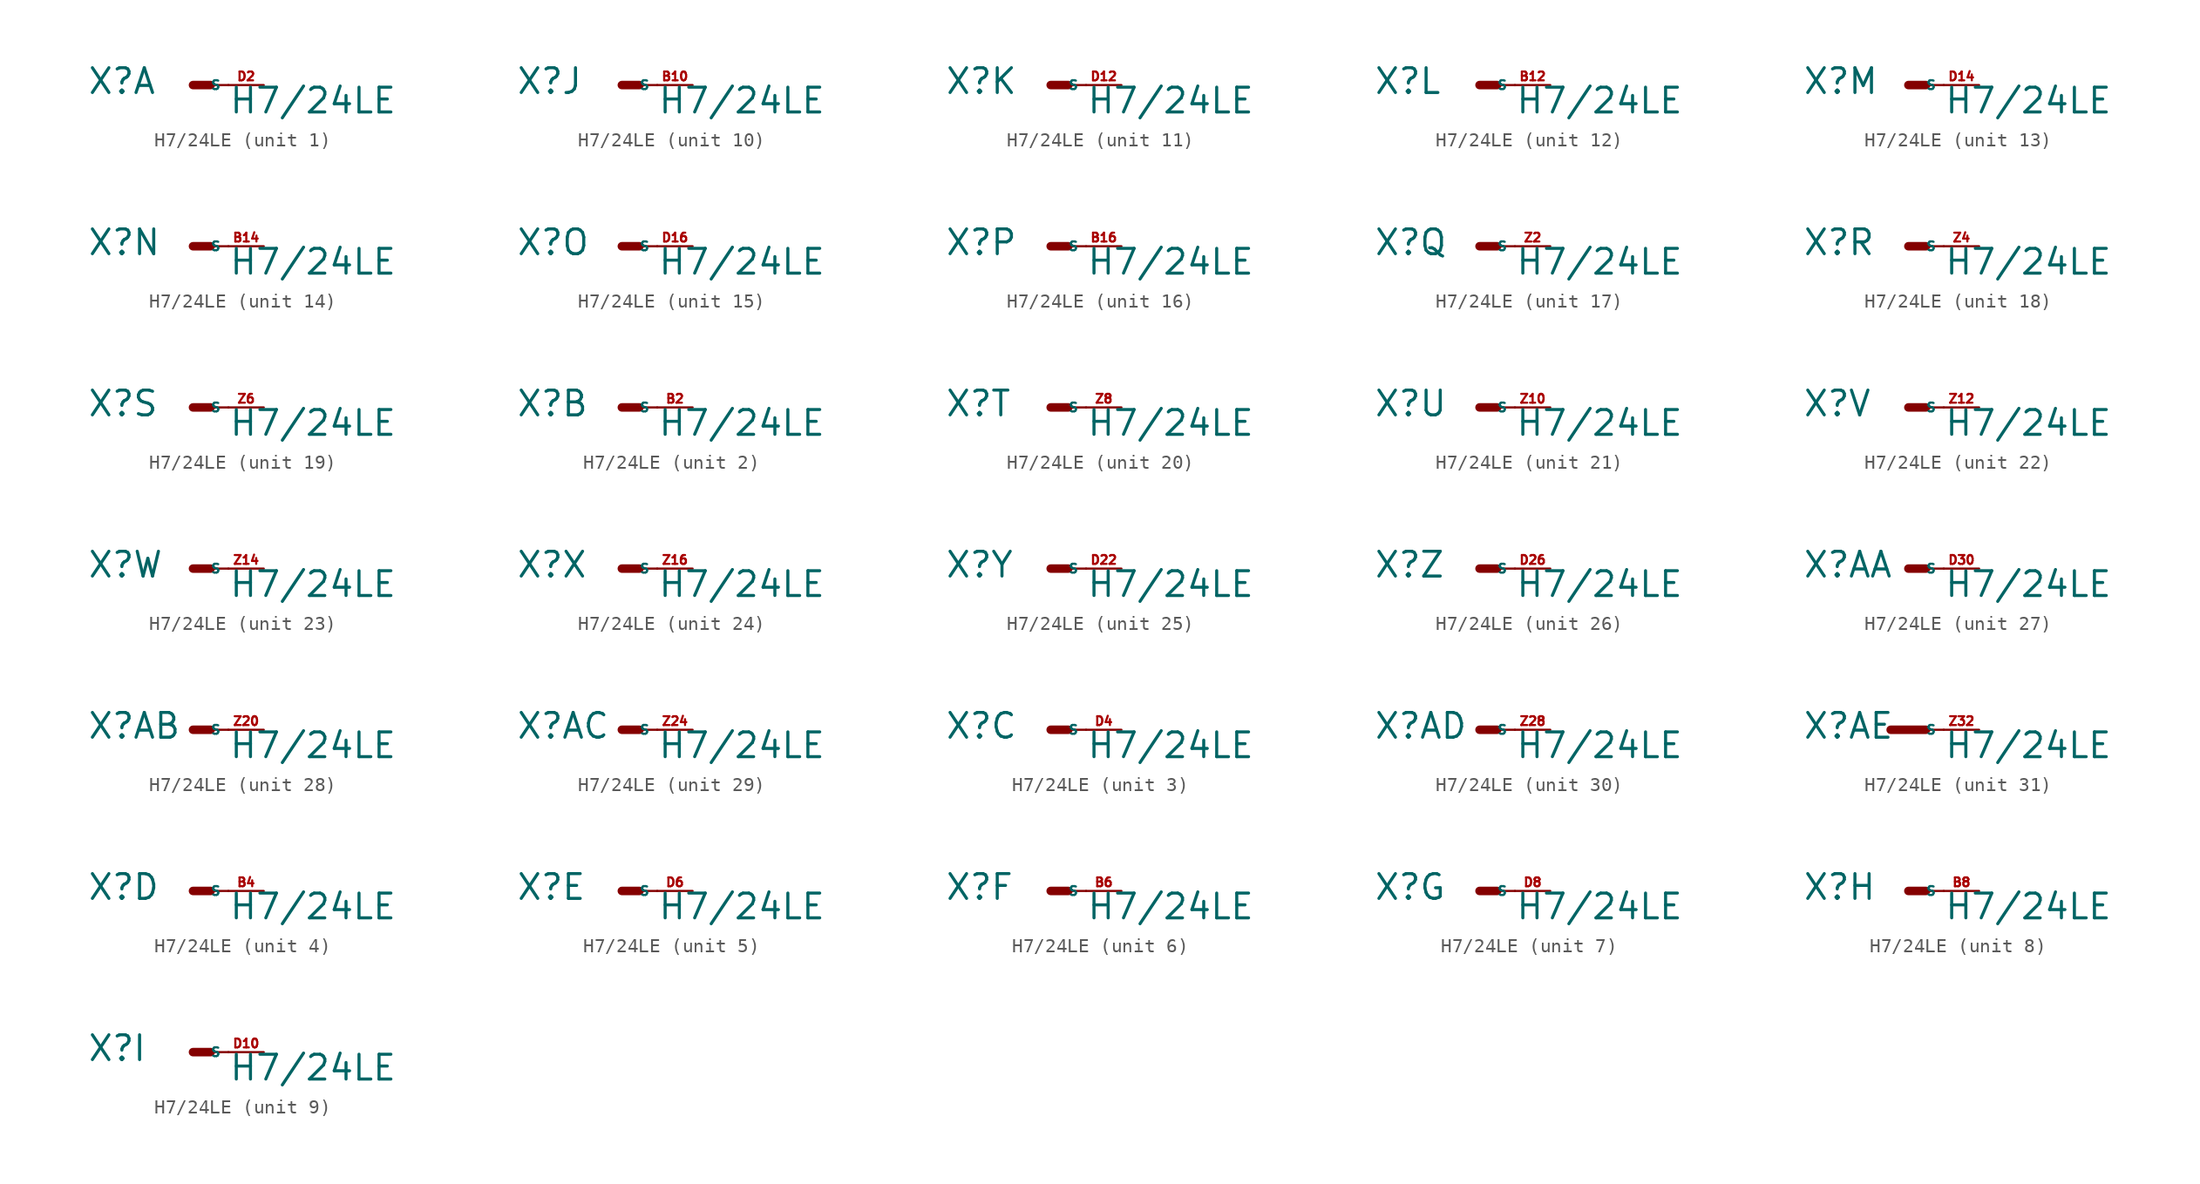
<source format=kicad_sym>
(kicad_symbol_lib
  (version 20220914)
  (generator Eagle2Kicad)
  (symbol "H7/24LE"
    (property "Reference" "X"
      (at -7.62 -0.762 0)
      (effects (font (size 1.778 1.778) (thickness 0.22)) (justify left bottom)))
    (property "Value" "H7/24LE"
      (at 2.54 -2.159 0)
      (effects (font (size 1.778 1.778) (thickness 0.22)) (justify left bottom)))
    (symbol "H7/24LE_1_0"
      (polyline (pts (xy 0 0) (xy 1.27 0)) (stroke (width 0.61) (type default)) (fill (type none)))
      (polyline (pts (xy 2.54 0) (xy 1.27 0)) (stroke (width 0.152) (type default)) (fill (type none)))
      (pin passive line (at 5.08 0 180) (length 2.54) (name "S" (effects (font (size 0.635 0.635) (thickness 0.08)) (justify left bottom))) (number "D2" (effects (font (size 0.635 0.635) (thickness 0.08)) (justify left bottom)))))
    (symbol "H7/24LE_2_0"
      (polyline (pts (xy 0 0) (xy 1.27 0)) (stroke (width 0.61) (type default)) (fill (type none)))
      (polyline (pts (xy 2.54 0) (xy 1.27 0)) (stroke (width 0.152) (type default)) (fill (type none)))
      (pin passive line (at 5.08 0 180) (length 2.54) (name "S" (effects (font (size 0.635 0.635) (thickness 0.08)) (justify left bottom))) (number "B2" (effects (font (size 0.635 0.635) (thickness 0.08)) (justify left bottom)))))
    (symbol "H7/24LE_3_0"
      (polyline (pts (xy 0 0) (xy 1.27 0)) (stroke (width 0.61) (type default)) (fill (type none)))
      (polyline (pts (xy 2.54 0) (xy 1.27 0)) (stroke (width 0.152) (type default)) (fill (type none)))
      (pin passive line (at 5.08 0 180) (length 2.54) (name "S" (effects (font (size 0.635 0.635) (thickness 0.08)) (justify left bottom))) (number "D4" (effects (font (size 0.635 0.635) (thickness 0.08)) (justify left bottom)))))
    (symbol "H7/24LE_4_0"
      (polyline (pts (xy 0 0) (xy 1.27 0)) (stroke (width 0.61) (type default)) (fill (type none)))
      (polyline (pts (xy 2.54 0) (xy 1.27 0)) (stroke (width 0.152) (type default)) (fill (type none)))
      (pin passive line (at 5.08 0 180) (length 2.54) (name "S" (effects (font (size 0.635 0.635) (thickness 0.08)) (justify left bottom))) (number "B4" (effects (font (size 0.635 0.635) (thickness 0.08)) (justify left bottom)))))
    (symbol "H7/24LE_5_0"
      (polyline (pts (xy 0 0) (xy 1.27 0)) (stroke (width 0.61) (type default)) (fill (type none)))
      (polyline (pts (xy 2.54 0) (xy 1.27 0)) (stroke (width 0.152) (type default)) (fill (type none)))
      (pin passive line (at 5.08 0 180) (length 2.54) (name "S" (effects (font (size 0.635 0.635) (thickness 0.08)) (justify left bottom))) (number "D6" (effects (font (size 0.635 0.635) (thickness 0.08)) (justify left bottom)))))
    (symbol "H7/24LE_6_0"
      (polyline (pts (xy 0 0) (xy 1.27 0)) (stroke (width 0.61) (type default)) (fill (type none)))
      (polyline (pts (xy 2.54 0) (xy 1.27 0)) (stroke (width 0.152) (type default)) (fill (type none)))
      (pin passive line (at 5.08 0 180) (length 2.54) (name "S" (effects (font (size 0.635 0.635) (thickness 0.08)) (justify left bottom))) (number "B6" (effects (font (size 0.635 0.635) (thickness 0.08)) (justify left bottom)))))
    (symbol "H7/24LE_7_0"
      (polyline (pts (xy 0 0) (xy 1.27 0)) (stroke (width 0.61) (type default)) (fill (type none)))
      (polyline (pts (xy 2.54 0) (xy 1.27 0)) (stroke (width 0.152) (type default)) (fill (type none)))
      (pin passive line (at 5.08 0 180) (length 2.54) (name "S" (effects (font (size 0.635 0.635) (thickness 0.08)) (justify left bottom))) (number "D8" (effects (font (size 0.635 0.635) (thickness 0.08)) (justify left bottom)))))
    (symbol "H7/24LE_8_0"
      (polyline (pts (xy 0 0) (xy 1.27 0)) (stroke (width 0.61) (type default)) (fill (type none)))
      (polyline (pts (xy 2.54 0) (xy 1.27 0)) (stroke (width 0.152) (type default)) (fill (type none)))
      (pin passive line (at 5.08 0 180) (length 2.54) (name "S" (effects (font (size 0.635 0.635) (thickness 0.08)) (justify left bottom))) (number "B8" (effects (font (size 0.635 0.635) (thickness 0.08)) (justify left bottom)))))
    (symbol "H7/24LE_9_0"
      (polyline (pts (xy 0 0) (xy 1.27 0)) (stroke (width 0.61) (type default)) (fill (type none)))
      (polyline (pts (xy 2.54 0) (xy 1.27 0)) (stroke (width 0.152) (type default)) (fill (type none)))
      (pin passive line (at 5.08 0 180) (length 2.54) (name "S" (effects (font (size 0.635 0.635) (thickness 0.08)) (justify left bottom))) (number "D10" (effects (font (size 0.635 0.635) (thickness 0.08)) (justify left bottom)))))
    (symbol "H7/24LE_10_0"
      (polyline (pts (xy 0 0) (xy 1.27 0)) (stroke (width 0.61) (type default)) (fill (type none)))
      (polyline (pts (xy 2.54 0) (xy 1.27 0)) (stroke (width 0.152) (type default)) (fill (type none)))
      (pin passive line (at 5.08 0 180) (length 2.54) (name "S" (effects (font (size 0.635 0.635) (thickness 0.08)) (justify left bottom))) (number "B10" (effects (font (size 0.635 0.635) (thickness 0.08)) (justify left bottom)))))
    (symbol "H7/24LE_11_0"
      (polyline (pts (xy 0 0) (xy 1.27 0)) (stroke (width 0.61) (type default)) (fill (type none)))
      (polyline (pts (xy 2.54 0) (xy 1.27 0)) (stroke (width 0.152) (type default)) (fill (type none)))
      (pin passive line (at 5.08 0 180) (length 2.54) (name "S" (effects (font (size 0.635 0.635) (thickness 0.08)) (justify left bottom))) (number "D12" (effects (font (size 0.635 0.635) (thickness 0.08)) (justify left bottom)))))
    (symbol "H7/24LE_12_0"
      (polyline (pts (xy 0 0) (xy 1.27 0)) (stroke (width 0.61) (type default)) (fill (type none)))
      (polyline (pts (xy 2.54 0) (xy 1.27 0)) (stroke (width 0.152) (type default)) (fill (type none)))
      (pin passive line (at 5.08 0 180) (length 2.54) (name "S" (effects (font (size 0.635 0.635) (thickness 0.08)) (justify left bottom))) (number "B12" (effects (font (size 0.635 0.635) (thickness 0.08)) (justify left bottom)))))
    (symbol "H7/24LE_13_0"
      (polyline (pts (xy 0 0) (xy 1.27 0)) (stroke (width 0.61) (type default)) (fill (type none)))
      (polyline (pts (xy 2.54 0) (xy 1.27 0)) (stroke (width 0.152) (type default)) (fill (type none)))
      (pin passive line (at 5.08 0 180) (length 2.54) (name "S" (effects (font (size 0.635 0.635) (thickness 0.08)) (justify left bottom))) (number "D14" (effects (font (size 0.635 0.635) (thickness 0.08)) (justify left bottom)))))
    (symbol "H7/24LE_14_0"
      (polyline (pts (xy 0 0) (xy 1.27 0)) (stroke (width 0.61) (type default)) (fill (type none)))
      (polyline (pts (xy 2.54 0) (xy 1.27 0)) (stroke (width 0.152) (type default)) (fill (type none)))
      (pin passive line (at 5.08 0 180) (length 2.54) (name "S" (effects (font (size 0.635 0.635) (thickness 0.08)) (justify left bottom))) (number "B14" (effects (font (size 0.635 0.635) (thickness 0.08)) (justify left bottom)))))
    (symbol "H7/24LE_15_0"
      (polyline (pts (xy 0 0) (xy 1.27 0)) (stroke (width 0.61) (type default)) (fill (type none)))
      (polyline (pts (xy 2.54 0) (xy 1.27 0)) (stroke (width 0.152) (type default)) (fill (type none)))
      (pin passive line (at 5.08 0 180) (length 2.54) (name "S" (effects (font (size 0.635 0.635) (thickness 0.08)) (justify left bottom))) (number "D16" (effects (font (size 0.635 0.635) (thickness 0.08)) (justify left bottom)))))
    (symbol "H7/24LE_16_0"
      (polyline (pts (xy 0 0) (xy 1.27 0)) (stroke (width 0.61) (type default)) (fill (type none)))
      (polyline (pts (xy 2.54 0) (xy 1.27 0)) (stroke (width 0.152) (type default)) (fill (type none)))
      (pin passive line (at 5.08 0 180) (length 2.54) (name "S" (effects (font (size 0.635 0.635) (thickness 0.08)) (justify left bottom))) (number "B16" (effects (font (size 0.635 0.635) (thickness 0.08)) (justify left bottom)))))
    (symbol "H7/24LE_17_0"
      (polyline (pts (xy 0 0) (xy 1.27 0)) (stroke (width 0.61) (type default)) (fill (type none)))
      (polyline (pts (xy 2.54 0) (xy 1.27 0)) (stroke (width 0.152) (type default)) (fill (type none)))
      (pin passive line (at 5.08 0 180) (length 2.54) (name "S" (effects (font (size 0.635 0.635) (thickness 0.08)) (justify left bottom))) (number "Z2" (effects (font (size 0.635 0.635) (thickness 0.08)) (justify left bottom)))))
    (symbol "H7/24LE_18_0"
      (polyline (pts (xy 0 0) (xy 1.27 0)) (stroke (width 0.61) (type default)) (fill (type none)))
      (polyline (pts (xy 2.54 0) (xy 1.27 0)) (stroke (width 0.152) (type default)) (fill (type none)))
      (pin passive line (at 5.08 0 180) (length 2.54) (name "S" (effects (font (size 0.635 0.635) (thickness 0.08)) (justify left bottom))) (number "Z4" (effects (font (size 0.635 0.635) (thickness 0.08)) (justify left bottom)))))
    (symbol "H7/24LE_19_0"
      (polyline (pts (xy 0 0) (xy 1.27 0)) (stroke (width 0.61) (type default)) (fill (type none)))
      (polyline (pts (xy 2.54 0) (xy 1.27 0)) (stroke (width 0.152) (type default)) (fill (type none)))
      (pin passive line (at 5.08 0 180) (length 2.54) (name "S" (effects (font (size 0.635 0.635) (thickness 0.08)) (justify left bottom))) (number "Z6" (effects (font (size 0.635 0.635) (thickness 0.08)) (justify left bottom)))))
    (symbol "H7/24LE_20_0"
      (polyline (pts (xy 0 0) (xy 1.27 0)) (stroke (width 0.61) (type default)) (fill (type none)))
      (polyline (pts (xy 2.54 0) (xy 1.27 0)) (stroke (width 0.152) (type default)) (fill (type none)))
      (pin passive line (at 5.08 0 180) (length 2.54) (name "S" (effects (font (size 0.635 0.635) (thickness 0.08)) (justify left bottom))) (number "Z8" (effects (font (size 0.635 0.635) (thickness 0.08)) (justify left bottom)))))
    (symbol "H7/24LE_21_0"
      (polyline (pts (xy 0 0) (xy 1.27 0)) (stroke (width 0.61) (type default)) (fill (type none)))
      (polyline (pts (xy 2.54 0) (xy 1.27 0)) (stroke (width 0.152) (type default)) (fill (type none)))
      (pin passive line (at 5.08 0 180) (length 2.54) (name "S" (effects (font (size 0.635 0.635) (thickness 0.08)) (justify left bottom))) (number "Z10" (effects (font (size 0.635 0.635) (thickness 0.08)) (justify left bottom)))))
    (symbol "H7/24LE_22_0"
      (polyline (pts (xy 0 0) (xy 1.27 0)) (stroke (width 0.61) (type default)) (fill (type none)))
      (polyline (pts (xy 2.54 0) (xy 1.27 0)) (stroke (width 0.152) (type default)) (fill (type none)))
      (pin passive line (at 5.08 0 180) (length 2.54) (name "S" (effects (font (size 0.635 0.635) (thickness 0.08)) (justify left bottom))) (number "Z12" (effects (font (size 0.635 0.635) (thickness 0.08)) (justify left bottom)))))
    (symbol "H7/24LE_23_0"
      (polyline (pts (xy 0 0) (xy 1.27 0)) (stroke (width 0.61) (type default)) (fill (type none)))
      (polyline (pts (xy 2.54 0) (xy 1.27 0)) (stroke (width 0.152) (type default)) (fill (type none)))
      (pin passive line (at 5.08 0 180) (length 2.54) (name "S" (effects (font (size 0.635 0.635) (thickness 0.08)) (justify left bottom))) (number "Z14" (effects (font (size 0.635 0.635) (thickness 0.08)) (justify left bottom)))))
    (symbol "H7/24LE_24_0"
      (polyline (pts (xy 0 0) (xy 1.27 0)) (stroke (width 0.61) (type default)) (fill (type none)))
      (polyline (pts (xy 2.54 0) (xy 1.27 0)) (stroke (width 0.152) (type default)) (fill (type none)))
      (pin passive line (at 5.08 0 180) (length 2.54) (name "S" (effects (font (size 0.635 0.635) (thickness 0.08)) (justify left bottom))) (number "Z16" (effects (font (size 0.635 0.635) (thickness 0.08)) (justify left bottom)))))
    (symbol "H7/24LE_25_0"
      (polyline (pts (xy 0 0) (xy 1.27 0)) (stroke (width 0.61) (type default)) (fill (type none)))
      (polyline (pts (xy 2.54 0) (xy 1.27 0)) (stroke (width 0.152) (type default)) (fill (type none)))
      (pin passive line (at 5.08 0 180) (length 2.54) (name "S" (effects (font (size 0.635 0.635) (thickness 0.08)) (justify left bottom))) (number "D22" (effects (font (size 0.635 0.635) (thickness 0.08)) (justify left bottom)))))
    (symbol "H7/24LE_26_0"
      (polyline (pts (xy 0 0) (xy 1.27 0)) (stroke (width 0.61) (type default)) (fill (type none)))
      (polyline (pts (xy 2.54 0) (xy 1.27 0)) (stroke (width 0.152) (type default)) (fill (type none)))
      (pin passive line (at 5.08 0 180) (length 2.54) (name "S" (effects (font (size 0.635 0.635) (thickness 0.08)) (justify left bottom))) (number "D26" (effects (font (size 0.635 0.635) (thickness 0.08)) (justify left bottom)))))
    (symbol "H7/24LE_27_0"
      (polyline (pts (xy 0 0) (xy 1.27 0)) (stroke (width 0.61) (type default)) (fill (type none)))
      (polyline (pts (xy 2.54 0) (xy 1.27 0)) (stroke (width 0.152) (type default)) (fill (type none)))
      (pin passive line (at 5.08 0 180) (length 2.54) (name "S" (effects (font (size 0.635 0.635) (thickness 0.08)) (justify left bottom))) (number "D30" (effects (font (size 0.635 0.635) (thickness 0.08)) (justify left bottom)))))
    (symbol "H7/24LE_28_0"
      (polyline (pts (xy 0 0) (xy 1.27 0)) (stroke (width 0.61) (type default)) (fill (type none)))
      (polyline (pts (xy 2.54 0) (xy 1.27 0)) (stroke (width 0.152) (type default)) (fill (type none)))
      (pin passive line (at 5.08 0 180) (length 2.54) (name "S" (effects (font (size 0.635 0.635) (thickness 0.08)) (justify left bottom))) (number "Z20" (effects (font (size 0.635 0.635) (thickness 0.08)) (justify left bottom)))))
    (symbol "H7/24LE_29_0"
      (polyline (pts (xy 0 0) (xy 1.27 0)) (stroke (width 0.61) (type default)) (fill (type none)))
      (polyline (pts (xy 2.54 0) (xy 1.27 0)) (stroke (width 0.152) (type default)) (fill (type none)))
      (pin passive line (at 5.08 0 180) (length 2.54) (name "S" (effects (font (size 0.635 0.635) (thickness 0.08)) (justify left bottom))) (number "Z24" (effects (font (size 0.635 0.635) (thickness 0.08)) (justify left bottom)))))
    (symbol "H7/24LE_30_0"
      (polyline (pts (xy 0 0) (xy 1.27 0)) (stroke (width 0.61) (type default)) (fill (type none)))
      (polyline (pts (xy 2.54 0) (xy 1.27 0)) (stroke (width 0.152) (type default)) (fill (type none)))
      (pin passive line (at 5.08 0 180) (length 2.54) (name "S" (effects (font (size 0.635 0.635) (thickness 0.08)) (justify left bottom))) (number "Z28" (effects (font (size 0.635 0.635) (thickness 0.08)) (justify left bottom)))))
    (symbol "H7/24LE_31_0"
      (polyline (pts (xy -1.27 0) (xy 1.27 0)) (stroke (width 0.61) (type default)) (fill (type none)))
      (polyline (pts (xy 2.54 0) (xy 1.27 0)) (stroke (width 0.152) (type default)) (fill (type none)))
      (pin passive line (at 5.08 0 180) (length 2.54) (name "S" (effects (font (size 0.635 0.635) (thickness 0.08)) (justify left bottom))) (number "Z32" (effects (font (size 0.635 0.635) (thickness 0.08)) (justify left bottom)))))))
</source>
